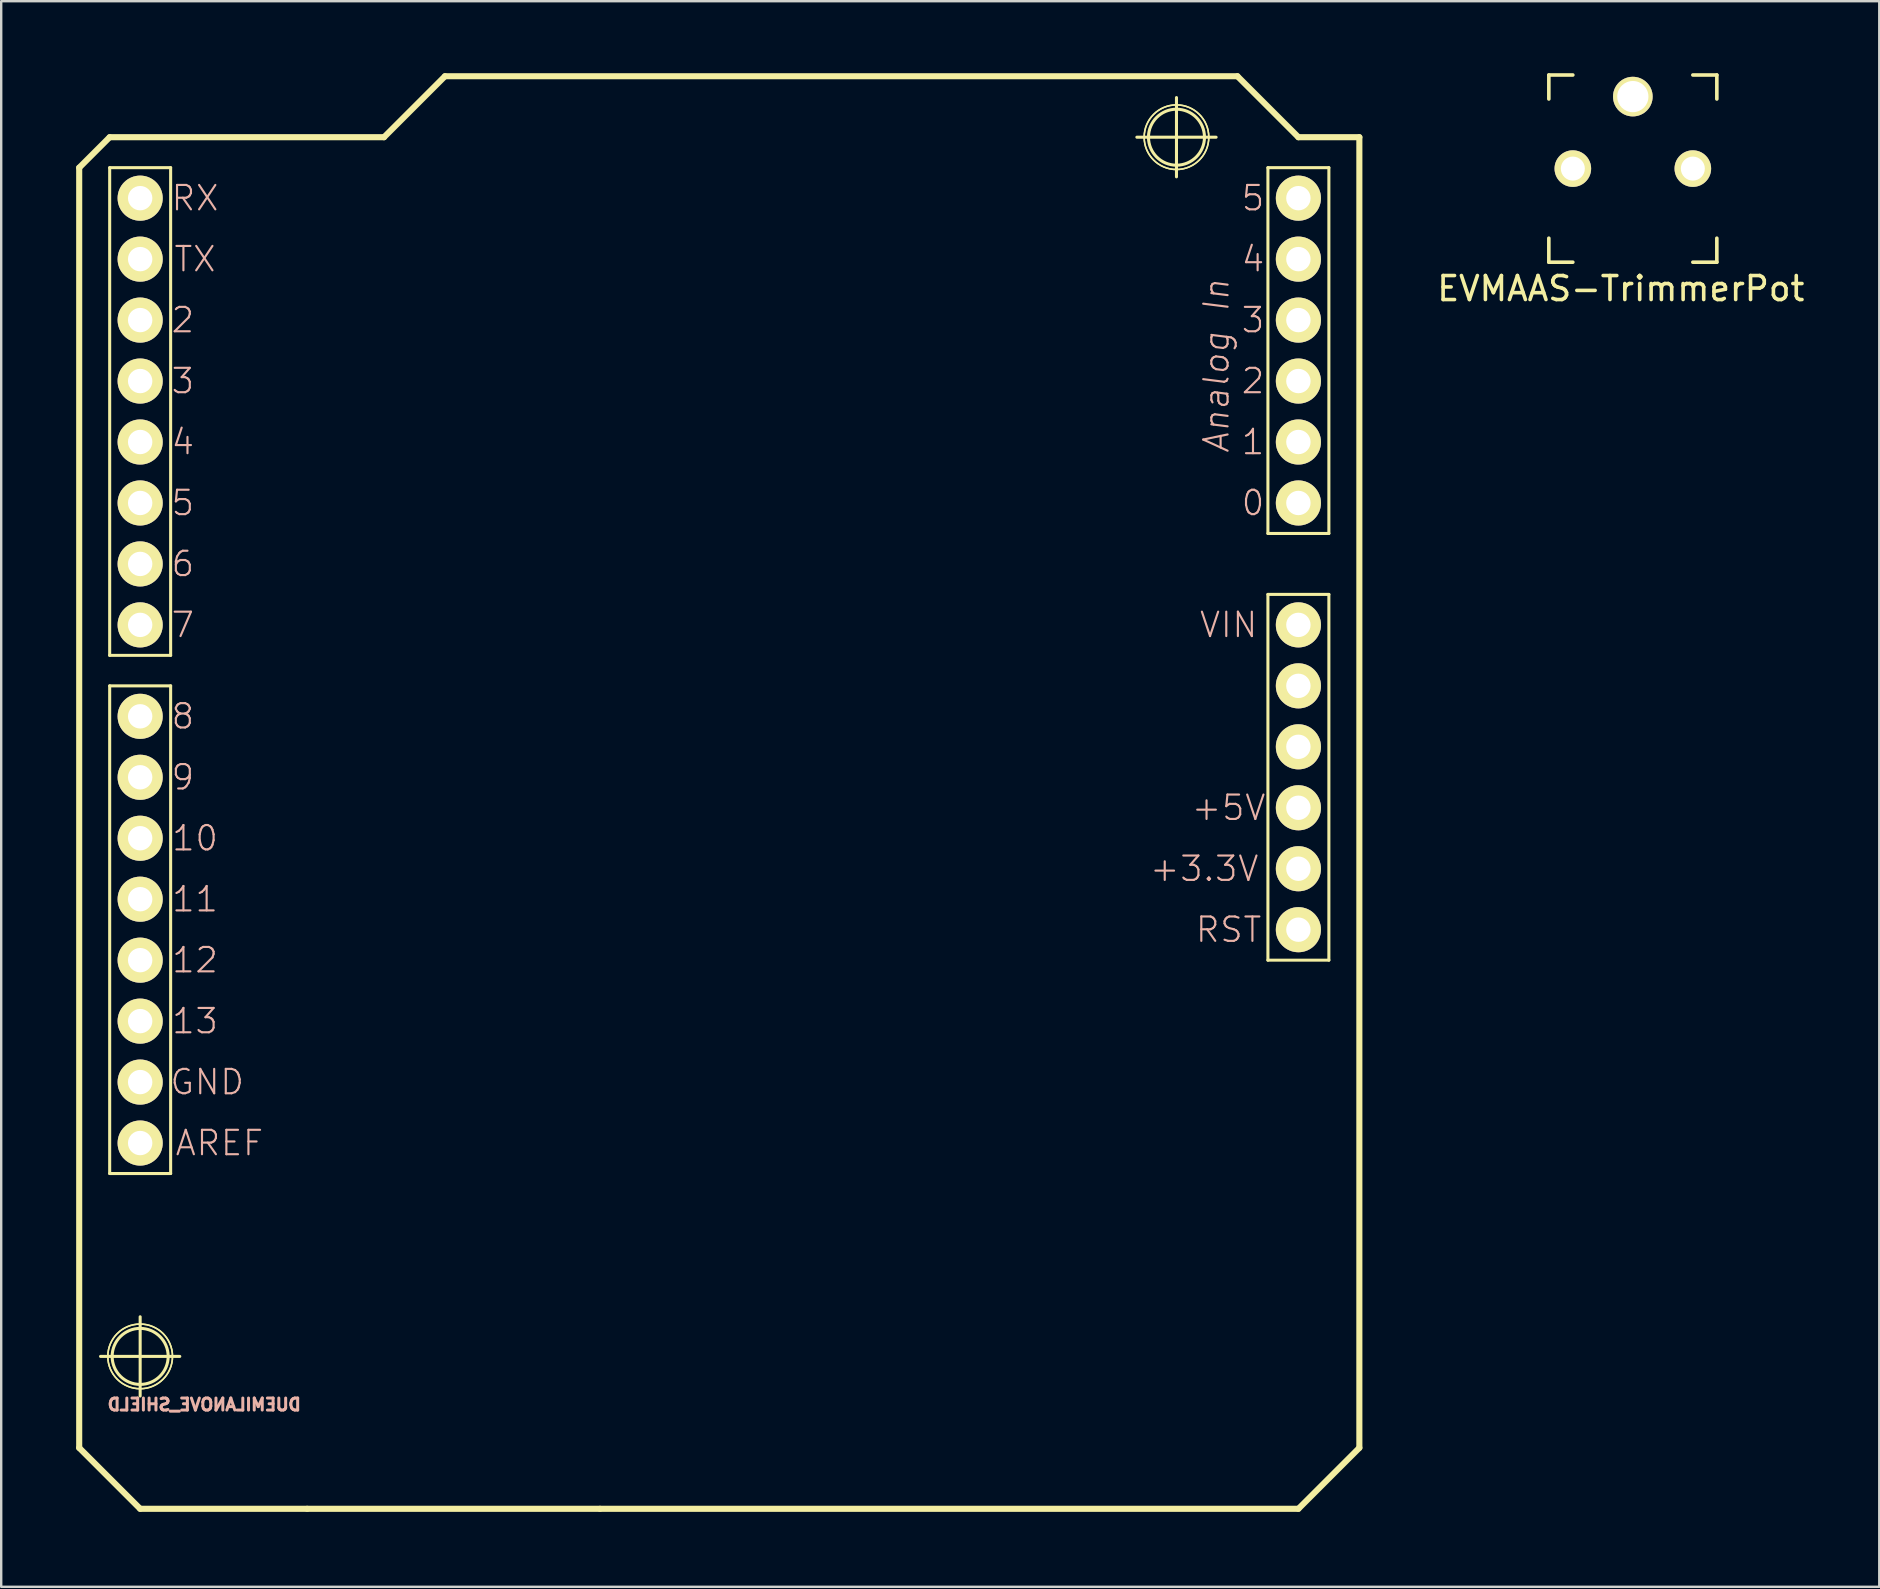
<source format=kicad_pcb>
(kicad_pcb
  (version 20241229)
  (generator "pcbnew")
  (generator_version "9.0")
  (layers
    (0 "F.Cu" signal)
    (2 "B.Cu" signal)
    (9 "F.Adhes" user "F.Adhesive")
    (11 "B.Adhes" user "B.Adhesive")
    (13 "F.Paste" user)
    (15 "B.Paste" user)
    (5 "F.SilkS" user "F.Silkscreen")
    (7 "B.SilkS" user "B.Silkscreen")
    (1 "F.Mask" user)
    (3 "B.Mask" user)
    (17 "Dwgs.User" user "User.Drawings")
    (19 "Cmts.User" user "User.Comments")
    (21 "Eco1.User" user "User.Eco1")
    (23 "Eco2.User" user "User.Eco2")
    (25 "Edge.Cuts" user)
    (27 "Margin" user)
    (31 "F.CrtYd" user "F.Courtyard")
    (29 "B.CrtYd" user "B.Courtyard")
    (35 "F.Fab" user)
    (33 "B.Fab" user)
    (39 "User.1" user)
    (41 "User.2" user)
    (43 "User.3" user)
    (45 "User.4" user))
  (footprint "EVMAAS-TrimmerPot"
    (layer "F.Cu")
    (at 62.485 3.975)
    (property "Reference" "EVMAAS-TrimmerPot" (at 2 5 0) (layer "F.SilkS") (effects (font (size 1 1) (thickness 0.15))))
    (attr through_hole)
    (fp_line (start -1 -3.9) (end -1 -2.9) (stroke (width 0.15) (type solid)) (layer "F.SilkS"))
    (fp_line (start -1 -3.9) (end 0 -3.9) (stroke (width 0.15) (type solid)) (layer "F.SilkS"))
    (fp_line (start -1 3.9) (end -1 2.9) (stroke (width 0.15) (type solid)) (layer "F.SilkS"))
    (fp_line (start -1 3.9) (end 0 3.9) (stroke (width 0.15) (type solid)) (layer "F.SilkS"))
    (fp_line (start 5 -3.9) (end 6 -3.9) (stroke (width 0.15) (type solid)) (layer "F.SilkS"))
    (fp_line (start 5 3.9) (end 6 3.9) (stroke (width 0.15) (type solid)) (layer "F.SilkS"))
    (fp_line (start 6 -3.9) (end 6 -2.9) (stroke (width 0.15) (type solid)) (layer "F.SilkS"))
    (fp_line (start 6 3.9) (end 6 2.9) (stroke (width 0.15) (type solid)) (layer "F.SilkS"))
    (pad "1" thru_hole circle (at 0 0) (size 1.524 1.524) (drill 1) (layers "*.Cu" "*.Mask" "F.SilkS"))
    (pad "2" thru_hole circle (at 2.5 -3) (size 1.65 1.65) (drill 1.3) (layers "*.Cu" "*.Mask" "F.SilkS"))
    (pad "3" thru_hole circle (at 5 0) (size 1.524 1.524) (drill 1) (layers "*.Cu" "*.Mask" "F.SilkS")))
  (footprint "DUEMILANOVE_SHIELD"
    (layer "F.Cu")
    (at 0.25 59.817)
    (property "Reference" "DUEMILANOVE_SHIELD" (at 5.21 -4.34 0) (layer "B.SilkS") (effects (font (size 0.5 0.5) (thickness 0.125)) (justify mirror)))
    (attr exclude_from_pos_files exclude_from_bom)
    (fp_line (start 0 -55.88) (end 0 -2.54) (stroke (width 0.254) (type solid)) (layer "F.SilkS"))
    (fp_line (start 0 -2.54) (end 2.54 0) (stroke (width 0.254) (type solid)) (layer "F.SilkS"))
    (fp_line (start 0.889 -6.35) (end 4.191 -6.35) (stroke (width 0.127) (type solid)) (layer "F.SilkS"))
    (fp_line (start 1.27 -57.15) (end 0 -55.88) (stroke (width 0.254) (type solid)) (layer "F.SilkS"))
    (fp_line (start 1.27 -55.88) (end 3.81 -55.88) (stroke (width 0.127) (type solid)) (layer "F.SilkS"))
    (fp_line (start 1.27 -35.56) (end 1.27 -55.88) (stroke (width 0.127) (type solid)) (layer "F.SilkS"))
    (fp_line (start 1.27 -34.29) (end 3.81 -34.29) (stroke (width 0.127) (type solid)) (layer "F.SilkS"))
    (fp_line (start 1.27 -13.97) (end 1.27 -34.29) (stroke (width 0.127) (type solid)) (layer "F.SilkS"))
    (fp_line (start 2.54 -4.699) (end 2.54 -8.001) (stroke (width 0.127) (type solid)) (layer "F.SilkS"))
    (fp_line (start 2.54 0) (end 9.5 0) (stroke (width 0.254) (type solid)) (layer "F.SilkS"))
    (fp_line (start 3.81 -55.88) (end 3.81 -35.56) (stroke (width 0.127) (type solid)) (layer "F.SilkS"))
    (fp_line (start 3.81 -35.56) (end 1.27 -35.56) (stroke (width 0.127) (type solid)) (layer "F.SilkS"))
    (fp_line (start 3.81 -34.29) (end 3.81 -13.97) (stroke (width 0.127) (type solid)) (layer "F.SilkS"))
    (fp_line (start 3.81 -13.97) (end 1.27 -13.97) (stroke (width 0.127) (type solid)) (layer "F.SilkS"))
    (fp_line (start 9.5 0) (end 21.699 0) (stroke (width 0.254) (type solid)) (layer "F.SilkS"))
    (fp_line (start 12.7 -57.15) (end 1.27 -57.15) (stroke (width 0.254) (type solid)) (layer "F.SilkS"))
    (fp_line (start 15.24 -59.69) (end 12.7 -57.15) (stroke (width 0.254) (type solid)) (layer "F.SilkS"))
    (fp_line (start 21.699 0) (end 50.8 0) (stroke (width 0.254) (type solid)) (layer "F.SilkS"))
    (fp_line (start 44.069 -57.15) (end 47.371 -57.15) (stroke (width 0.127) (type solid)) (layer "F.SilkS"))
    (fp_line (start 45.72 -55.499) (end 45.72 -58.801) (stroke (width 0.127) (type solid)) (layer "F.SilkS"))
    (fp_line (start 48.26 -59.69) (end 15.24 -59.69) (stroke (width 0.254) (type solid)) (layer "F.SilkS"))
    (fp_line (start 49.53 -55.88) (end 52.07 -55.88) (stroke (width 0.127) (type solid)) (layer "F.SilkS"))
    (fp_line (start 49.53 -40.64) (end 49.53 -55.88) (stroke (width 0.127) (type solid)) (layer "F.SilkS"))
    (fp_line (start 49.53 -38.1) (end 49.53 -22.86) (stroke (width 0.127) (type solid)) (layer "F.SilkS"))
    (fp_line (start 49.53 -22.86) (end 52.07 -22.86) (stroke (width 0.127) (type solid)) (layer "F.SilkS"))
    (fp_line (start 50.8 -57.15) (end 48.26 -59.69) (stroke (width 0.254) (type solid)) (layer "F.SilkS"))
    (fp_line (start 50.8 0) (end 53.34 -2.54) (stroke (width 0.254) (type solid)) (layer "F.SilkS"))
    (fp_line (start 52.07 -55.88) (end 52.07 -40.64) (stroke (width 0.127) (type solid)) (layer "F.SilkS"))
    (fp_line (start 52.07 -40.64) (end 49.53 -40.64) (stroke (width 0.127) (type solid)) (layer "F.SilkS"))
    (fp_line (start 52.07 -38.1) (end 49.53 -38.1) (stroke (width 0.127) (type solid)) (layer "F.SilkS"))
    (fp_line (start 52.07 -22.86) (end 52.07 -38.1) (stroke (width 0.127) (type solid)) (layer "F.SilkS"))
    (fp_line (start 53.34 -57.15) (end 50.8 -57.15) (stroke (width 0.254) (type solid)) (layer "F.SilkS"))
    (fp_line (start 53.34 -2.54) (end 53.34 -57.15) (stroke (width 0.254) (type solid)) (layer "F.SilkS"))
    (fp_circle (center 2.54 -6.35) (end 3.365 -7.176) (stroke (width 0.127) (type solid)) (fill no) (layer "F.SilkS"))
    (fp_circle (center 2.54 -6.35) (end 3.493 -7.303) (stroke (width 0.064) (type solid)) (fill no) (layer "F.SilkS"))
    (fp_circle (center 2.54 -6.35) (end 3.493 -7.303) (stroke (width 0.064) (type solid)) (fill no) (layer "F.SilkS"))
    (fp_circle (center 45.72 -57.15) (end 46.545 -57.975) (stroke (width 0.127) (type solid)) (fill no) (layer "F.SilkS"))
    (fp_circle (center 45.72 -57.15) (end 46.672 -58.102) (stroke (width 0.064) (type solid)) (fill no) (layer "F.SilkS"))
    (fp_circle (center 45.72 -57.15) (end 46.672 -58.102) (stroke (width 0.064) (type solid)) (fill no) (layer "F.SilkS"))
    (fp_text user "8" (at 4.318 -33.02 0) (layer "B.SilkS") (effects (font (size 1.016 1.016) (thickness 0.089))))
    (fp_text user "+3.3V" (at 46.876 -26.67 180) (layer "B.SilkS") (effects (font (size 1.016 1.016) (thickness 0.089))))
    (fp_text user "+5V" (at 47.892 -29.21 180) (layer "B.SilkS") (effects (font (size 1.016 1.016) (thickness 0.089))))
    (fp_text user "5" (at 4.318 -41.91 0) (layer "B.SilkS") (effects (font (size 1.016 1.016) (thickness 0.089))))
    (fp_text user "RX" (at 4.826 -54.61 0) (layer "B.SilkS") (effects (font (size 1.016 1.016) (thickness 0.089))))
    (fp_text user "10" (at 4.826 -27.94 0) (layer "B.SilkS") (effects (font (size 1.016 1.016) (thickness 0.089))))
    (fp_text user "1" (at 48.908 -44.45 180) (layer "B.SilkS") (effects (font (size 1.016 1.016) (thickness 0.089))))
    (fp_text user "0" (at 48.908 -41.91 180) (layer "B.SilkS") (effects (font (size 1.016 1.016) (thickness 0.089))))
    (fp_text user "TX" (at 4.826 -52.07 0) (layer "B.SilkS") (effects (font (size 1.016 1.016) (thickness 0.089))))
    (fp_text user "AREF" (at 5.842 -15.24 0) (layer "B.SilkS") (effects (font (size 1.016 1.016) (thickness 0.089))))
    (fp_text user "4" (at 4.318 -44.45 0) (layer "B.SilkS") (effects (font (size 1.016 1.016) (thickness 0.089))))
    (fp_text user "6" (at 4.318 -39.37 0) (layer "B.SilkS") (effects (font (size 1.016 1.016) (thickness 0.089))))
    (fp_text user "12" (at 4.826 -22.86 0) (layer "B.SilkS") (effects (font (size 1.016 1.016) (thickness 0.089))))
    (fp_text user "VIN" (at 47.892 -36.83 180) (layer "B.SilkS") (effects (font (size 1.016 1.016) (thickness 0.089))))
    (fp_text user "2" (at 4.318 -49.53 0) (layer "B.SilkS") (effects (font (size 1.016 1.016) (thickness 0.089))))
    (fp_text user "7" (at 4.318 -36.83 0) (layer "B.SilkS") (effects (font (size 1.016 1.016) (thickness 0.089))))
    (fp_text user "GND" (at 5.334 -17.78 0) (layer "B.SilkS") (effects (font (size 1.016 1.016) (thickness 0.089))))
    (fp_text user "5" (at 48.908 -54.61 180) (layer "B.SilkS") (effects (font (size 1.016 1.016) (thickness 0.089))))
    (fp_text user "RST" (at 47.892 -24.13 180) (layer "B.SilkS") (effects (font (size 1.016 1.016) (thickness 0.089))))
    (fp_text user "13" (at 4.826 -20.32 0) (layer "B.SilkS") (effects (font (size 1.016 1.016) (thickness 0.089))))
    (fp_text user "3" (at 4.318 -46.99 0) (layer "B.SilkS") (effects (font (size 1.016 1.016) (thickness 0.089))))
    (fp_text user "9" (at 4.318 -30.48 0) (layer "B.SilkS") (effects (font (size 1.016 1.016) (thickness 0.089))))
    (fp_text user "11" (at 4.826 -25.4 0) (layer "B.SilkS") (effects (font (size 1.016 1.016) (thickness 0.089))))
    (fp_text user "4" (at 48.908 -52.07 180) (layer "B.SilkS") (effects (font (size 1.016 1.016) (thickness 0.089))))
    (fp_text user "Analog In" (at 47.384 -47.625 270) (layer "B.SilkS") (effects (font (size 1.016 1.016) (thickness 0.089) (italic yes))))
    (fp_text user "2" (at 48.908 -46.99 180) (layer "B.SilkS") (effects (font (size 1.016 1.016) (thickness 0.089))))
    (fp_text user "3" (at 48.908 -49.53 180) (layer "B.SilkS") (effects (font (size 1.016 1.016) (thickness 0.089))))
    (pad "3.3V" thru_hole circle (at 50.8 -26.67) (size 1.88 1.88) (drill 1.016) (layers "*.Cu" "*.Mask" "F.SilkS" "F.Paste"))
    (pad "5V" thru_hole circle (at 50.8 -29.21) (size 1.88 1.88) (drill 1.016) (layers "*.Cu" "*.Mask" "F.SilkS" "F.Paste"))
    (pad "A0" thru_hole circle (at 50.8 -41.91) (size 1.88 1.88) (drill 1.016) (layers "*.Cu" "*.Mask" "F.SilkS" "F.Paste"))
    (pad "A1" thru_hole circle (at 50.8 -44.45) (size 1.88 1.88) (drill 1.016) (layers "*.Cu" "*.Mask" "F.SilkS" "F.Paste"))
    (pad "A2" thru_hole circle (at 50.8 -46.99) (size 1.88 1.88) (drill 1.016) (layers "*.Cu" "*.Mask" "F.SilkS" "F.Paste"))
    (pad "A3" thru_hole circle (at 50.8 -49.53) (size 1.88 1.88) (drill 1.016) (layers "*.Cu" "*.Mask" "F.SilkS" "F.Paste"))
    (pad "A4" thru_hole circle (at 50.8 -52.07) (size 1.88 1.88) (drill 1.016) (layers "*.Cu" "*.Mask" "F.SilkS" "F.Paste"))
    (pad "A5" thru_hole circle (at 50.8 -54.61) (size 1.88 1.88) (drill 1.016) (layers "*.Cu" "*.Mask" "F.SilkS" "F.Paste"))
    (pad "AREF" thru_hole circle (at 2.54 -15.24) (size 1.88 1.88) (drill 1.016) (layers "*.Cu" "*.Mask" "F.SilkS" "F.Paste"))
    (pad "D2" thru_hole circle (at 2.54 -49.53) (size 1.88 1.88) (drill 1.016) (layers "*.Cu" "*.Mask" "F.SilkS" "F.Paste"))
    (pad "D3" thru_hole circle (at 2.54 -46.99) (size 1.88 1.88) (drill 1.016) (layers "*.Cu" "*.Mask" "F.SilkS" "F.Paste"))
    (pad "D4" thru_hole circle (at 2.54 -44.45) (size 1.88 1.88) (drill 1.016) (layers "*.Cu" "*.Mask" "F.SilkS" "F.Paste"))
    (pad "D5" thru_hole circle (at 2.54 -41.91) (size 1.88 1.88) (drill 1.016) (layers "*.Cu" "*.Mask" "F.SilkS" "F.Paste"))
    (pad "D6" thru_hole circle (at 2.54 -39.37) (size 1.88 1.88) (drill 1.016) (layers "*.Cu" "*.Mask" "F.SilkS" "F.Paste"))
    (pad "D7" thru_hole circle (at 2.54 -36.83) (size 1.88 1.88) (drill 1.016) (layers "*.Cu" "*.Mask" "F.SilkS" "F.Paste"))
    (pad "D8" thru_hole circle (at 2.54 -33.02) (size 1.88 1.88) (drill 1.016) (layers "*.Cu" "*.Mask" "F.SilkS" "F.Paste"))
    (pad "D9" thru_hole circle (at 2.54 -30.48) (size 1.88 1.88) (drill 1.016) (layers "*.Cu" "*.Mask" "F.SilkS" "F.Paste"))
    (pad "D10" thru_hole circle (at 2.54 -27.94) (size 1.88 1.88) (drill 1.016) (layers "*.Cu" "*.Mask" "F.SilkS" "F.Paste"))
    (pad "D11" thru_hole circle (at 2.54 -25.4) (size 1.88 1.88) (drill 1.016) (layers "*.Cu" "*.Mask" "F.SilkS" "F.Paste"))
    (pad "D12" thru_hole circle (at 2.54 -22.86) (size 1.88 1.88) (drill 1.016) (layers "*.Cu" "*.Mask" "F.SilkS" "F.Paste"))
    (pad "D13" thru_hole circle (at 2.54 -20.32) (size 1.88 1.88) (drill 1.016) (layers "*.Cu" "*.Mask" "F.SilkS" "F.Paste"))
    (pad "GND@" thru_hole circle (at 2.54 -17.78) (size 1.88 1.88) (drill 1.016) (layers "*.Cu" "*.Mask" "F.SilkS" "F.Paste"))
    (pad "GND@" thru_hole circle (at 50.8 -34.29) (size 1.88 1.88) (drill 1.016) (layers "*.Cu" "*.Mask" "F.SilkS" "F.Paste"))
    (pad "GND@" thru_hole circle (at 50.8 -31.75) (size 1.88 1.88) (drill 1.016) (layers "*.Cu" "*.Mask" "F.SilkS" "F.Paste"))
    (pad "RES" thru_hole circle (at 50.8 -24.13) (size 1.88 1.88) (drill 1.016) (layers "*.Cu" "*.Mask" "F.SilkS" "F.Paste"))
    (pad "RX" thru_hole circle (at 2.54 -54.61) (size 1.88 1.88) (drill 1.016) (layers "*.Cu" "*.Mask" "F.SilkS" "F.Paste"))
    (pad "TX" thru_hole circle (at 2.54 -52.07) (size 1.88 1.88) (drill 1.016) (layers "*.Cu" "*.Mask" "F.SilkS" "F.Paste"))
    (pad "VIN" thru_hole circle (at 50.8 -36.83) (size 1.88 1.88) (drill 1.016) (layers "*.Cu" "*.Mask" "F.SilkS" "F.Paste")))
  (gr_rect
    (start -3 -3)
    (end 75.253 63.067)
    (stroke (width 0.1) (type default))
    (fill no)
    (layer "Edge.Cuts")))
</source>
